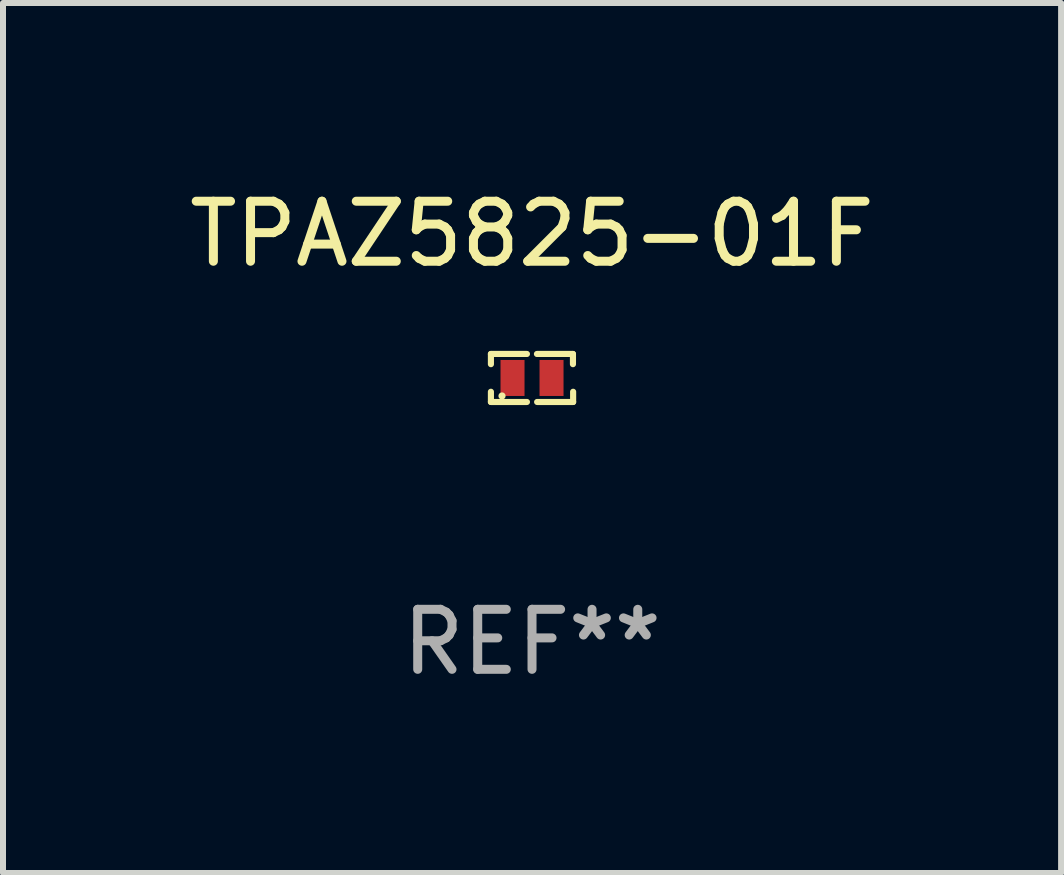
<source format=kicad_pcb>
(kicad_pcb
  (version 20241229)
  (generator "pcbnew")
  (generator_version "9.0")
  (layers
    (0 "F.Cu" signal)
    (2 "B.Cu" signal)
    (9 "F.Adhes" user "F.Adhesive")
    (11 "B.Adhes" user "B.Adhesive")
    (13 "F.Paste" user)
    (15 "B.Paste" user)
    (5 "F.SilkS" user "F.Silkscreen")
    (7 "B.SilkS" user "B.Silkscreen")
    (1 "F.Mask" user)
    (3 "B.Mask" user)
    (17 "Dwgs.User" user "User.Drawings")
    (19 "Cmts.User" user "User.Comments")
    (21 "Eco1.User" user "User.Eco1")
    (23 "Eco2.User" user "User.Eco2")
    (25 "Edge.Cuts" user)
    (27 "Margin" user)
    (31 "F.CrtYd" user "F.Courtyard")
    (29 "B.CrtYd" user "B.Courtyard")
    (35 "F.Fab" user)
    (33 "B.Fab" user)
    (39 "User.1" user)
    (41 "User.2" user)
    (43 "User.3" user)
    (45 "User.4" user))
  (footprint "TPAZ5825-01F"
    (layer "F.Cu")
    (at 5.815 3.248)
    (property "Reference" "TPAZ5825-01F" (at 0 -2.4 0) (layer "F.SilkS") (effects (font (size 1 1) (thickness 0.15))))
    (attr through_hole)
    (fp_line (start -0.685 -0.4) (end -0.685 -0.23) (stroke (width 0.102) (type solid)) (layer "F.SilkS"))
    (fp_line (start -0.685 0.4) (end -0.685 0.23) (stroke (width 0.102) (type solid)) (layer "F.SilkS"))
    (fp_line (start -0.085 -0.4) (end -0.685 -0.4) (stroke (width 0.102) (type solid)) (layer "F.SilkS"))
    (fp_line (start -0.085 0.4) (end -0.685 0.4) (stroke (width 0.102) (type solid)) (layer "F.SilkS"))
    (fp_line (start 0.082 -0.4) (end 0.682 -0.4) (stroke (width 0.102) (type solid)) (layer "F.SilkS"))
    (fp_line (start 0.085 0.4) (end 0.685 0.4) (stroke (width 0.102) (type solid)) (layer "F.SilkS"))
    (fp_line (start 0.682 -0.4) (end 0.682 -0.23) (stroke (width 0.102) (type solid)) (layer "F.SilkS"))
    (fp_line (start 0.685 0.4) (end 0.685 0.23) (stroke (width 0.102) (type solid)) (layer "F.SilkS"))
    (fp_circle (center -0.5 0.3) (end -0.47 0.3) (stroke (width 0.06) (type solid)) (fill no) (layer "F.SilkS"))
    (fp_text user "REF**" (at 0 4.4 0) (layer "F.Fab") (effects (font (size 1 1) (thickness 0.15))))
    (pad "1" smd rect (at -0.325 0) (size 0.4 0.6) (layers "F.Cu" "F.Mask" "F.Paste"))
    (pad "2" smd rect (at 0.325 0) (size 0.4 0.6) (layers "F.Cu" "F.Mask" "F.Paste")))
  (gr_rect
    (start -3 -3)
    (end 14.631 11.497)
    (stroke (width 0.1) (type default))
    (fill no)
    (layer "Edge.Cuts")))
</source>
